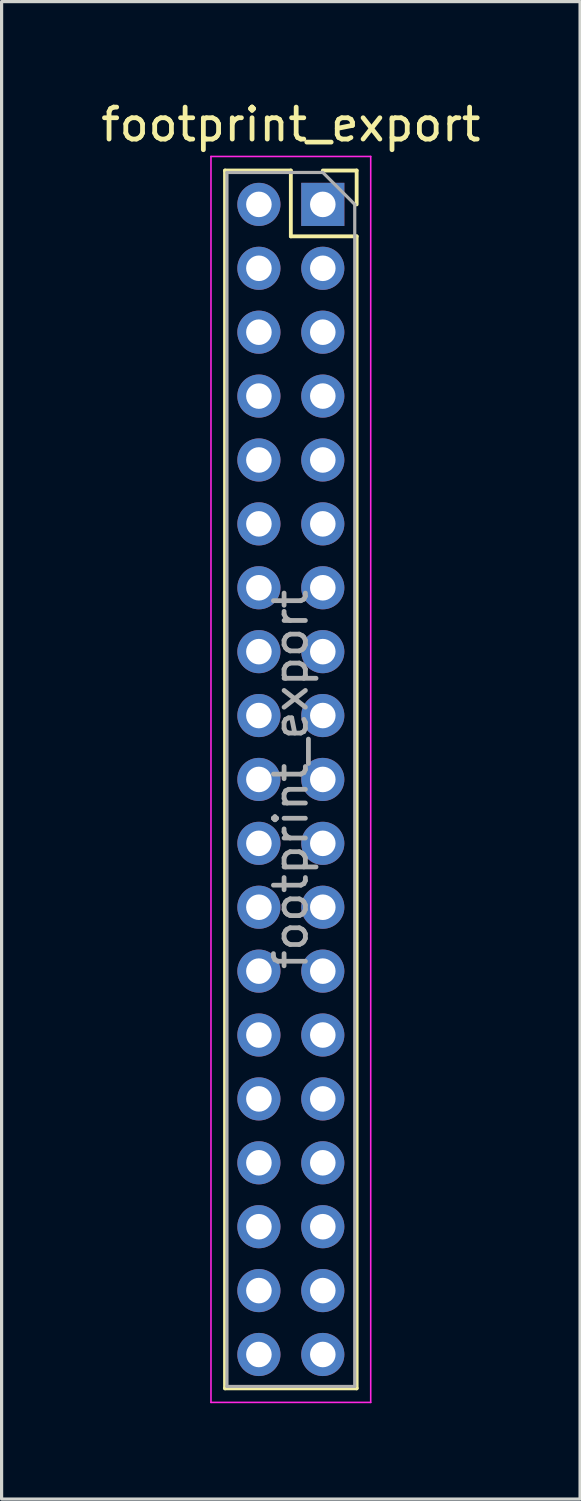
<source format=kicad_pcb>
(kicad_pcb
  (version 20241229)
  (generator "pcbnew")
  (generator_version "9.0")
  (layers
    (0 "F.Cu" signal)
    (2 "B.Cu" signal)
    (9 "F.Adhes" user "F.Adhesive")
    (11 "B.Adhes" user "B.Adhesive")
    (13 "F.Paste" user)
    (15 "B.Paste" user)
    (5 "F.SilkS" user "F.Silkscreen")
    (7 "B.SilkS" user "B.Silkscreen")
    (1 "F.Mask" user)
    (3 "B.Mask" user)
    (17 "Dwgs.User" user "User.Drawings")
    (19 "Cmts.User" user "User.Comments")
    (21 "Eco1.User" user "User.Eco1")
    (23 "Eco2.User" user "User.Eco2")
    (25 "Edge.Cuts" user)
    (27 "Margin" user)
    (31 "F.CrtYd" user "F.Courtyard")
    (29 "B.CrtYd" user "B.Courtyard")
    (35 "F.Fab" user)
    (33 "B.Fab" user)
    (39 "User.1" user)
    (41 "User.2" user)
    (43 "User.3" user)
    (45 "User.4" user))
  (footprint "footprint_export"
    (layer "F.Cu")
    (at 7.054 3.348)
    (property "Reference" "footprint_export" (at -1 -2.5 0) (layer "F.SilkS") (effects (font (size 1 1) (thickness 0.15))))
    (attr through_hole)
    (fp_line (start -3.06 -1.06) (end -3.06 37.06) (stroke (width 0.12) (type solid)) (layer "F.SilkS"))
    (fp_line (start -3.06 -1.06) (end -1 -1.06) (stroke (width 0.12) (type solid)) (layer "F.SilkS"))
    (fp_line (start -3.06 37.06) (end 1.06 37.06) (stroke (width 0.12) (type solid)) (layer "F.SilkS"))
    (fp_line (start -1 -1.06) (end -1 1) (stroke (width 0.12) (type solid)) (layer "F.SilkS"))
    (fp_line (start -1 1) (end 1.06 1) (stroke (width 0.12) (type solid)) (layer "F.SilkS"))
    (fp_line (start 0 -1.06) (end 1.06 -1.06) (stroke (width 0.12) (type solid)) (layer "F.SilkS"))
    (fp_line (start 1.06 -1.06) (end 1.06 0) (stroke (width 0.12) (type solid)) (layer "F.SilkS"))
    (fp_line (start 1.06 1) (end 1.06 37.06) (stroke (width 0.12) (type solid)) (layer "F.SilkS"))
    (fp_line (start -3.5 -1.5) (end 1.5 -1.5) (stroke (width 0.05) (type solid)) (layer "F.CrtYd"))
    (fp_line (start -3.5 37.5) (end -3.5 -1.5) (stroke (width 0.05) (type solid)) (layer "F.CrtYd"))
    (fp_line (start 1.5 -1.5) (end 1.5 37.5) (stroke (width 0.05) (type solid)) (layer "F.CrtYd"))
    (fp_line (start 1.5 37.5) (end -3.5 37.5) (stroke (width 0.05) (type solid)) (layer "F.CrtYd"))
    (fp_line (start -3 -1) (end 0 -1) (stroke (width 0.1) (type solid)) (layer "F.Fab"))
    (fp_line (start -3 37) (end -3 -1) (stroke (width 0.1) (type solid)) (layer "F.Fab"))
    (fp_line (start 0 -1) (end 1 0) (stroke (width 0.1) (type solid)) (layer "F.Fab"))
    (fp_line (start 1 0) (end 1 37) (stroke (width 0.1) (type solid)) (layer "F.Fab"))
    (fp_line (start 1 37) (end -3 37) (stroke (width 0.1) (type solid)) (layer "F.Fab"))
    (fp_text user "${REFERENCE}" (at -1 18 90) (layer "F.Fab") (effects (font (size 1 1) (thickness 0.15))))
    (pad "1" thru_hole rect (at 0 0) (size 1.35 1.35) (drill 0.8) (layers "*.Cu" "*.Mask"))
    (pad "2" thru_hole oval (at -2 0) (size 1.35 1.35) (drill 0.8) (layers "*.Cu" "*.Mask"))
    (pad "3" thru_hole oval (at 0 2) (size 1.35 1.35) (drill 0.8) (layers "*.Cu" "*.Mask"))
    (pad "4" thru_hole oval (at -2 2) (size 1.35 1.35) (drill 0.8) (layers "*.Cu" "*.Mask"))
    (pad "5" thru_hole oval (at 0 4) (size 1.35 1.35) (drill 0.8) (layers "*.Cu" "*.Mask"))
    (pad "6" thru_hole oval (at -2 4) (size 1.35 1.35) (drill 0.8) (layers "*.Cu" "*.Mask"))
    (pad "7" thru_hole oval (at 0 6) (size 1.35 1.35) (drill 0.8) (layers "*.Cu" "*.Mask"))
    (pad "8" thru_hole oval (at -2 6) (size 1.35 1.35) (drill 0.8) (layers "*.Cu" "*.Mask"))
    (pad "9" thru_hole oval (at 0 8) (size 1.35 1.35) (drill 0.8) (layers "*.Cu" "*.Mask"))
    (pad "10" thru_hole oval (at -2 8) (size 1.35 1.35) (drill 0.8) (layers "*.Cu" "*.Mask"))
    (pad "11" thru_hole oval (at 0 10) (size 1.35 1.35) (drill 0.8) (layers "*.Cu" "*.Mask"))
    (pad "12" thru_hole oval (at -2 10) (size 1.35 1.35) (drill 0.8) (layers "*.Cu" "*.Mask"))
    (pad "13" thru_hole oval (at 0 12) (size 1.35 1.35) (drill 0.8) (layers "*.Cu" "*.Mask"))
    (pad "14" thru_hole oval (at -2 12) (size 1.35 1.35) (drill 0.8) (layers "*.Cu" "*.Mask"))
    (pad "15" thru_hole oval (at 0 14) (size 1.35 1.35) (drill 0.8) (layers "*.Cu" "*.Mask"))
    (pad "16" thru_hole oval (at -2 14) (size 1.35 1.35) (drill 0.8) (layers "*.Cu" "*.Mask"))
    (pad "17" thru_hole oval (at 0 16) (size 1.35 1.35) (drill 0.8) (layers "*.Cu" "*.Mask"))
    (pad "18" thru_hole oval (at -2 16) (size 1.35 1.35) (drill 0.8) (layers "*.Cu" "*.Mask"))
    (pad "19" thru_hole oval (at 0 18) (size 1.35 1.35) (drill 0.8) (layers "*.Cu" "*.Mask"))
    (pad "20" thru_hole oval (at -2 18) (size 1.35 1.35) (drill 0.8) (layers "*.Cu" "*.Mask"))
    (pad "21" thru_hole oval (at 0 20) (size 1.35 1.35) (drill 0.8) (layers "*.Cu" "*.Mask"))
    (pad "22" thru_hole oval (at -2 20) (size 1.35 1.35) (drill 0.8) (layers "*.Cu" "*.Mask"))
    (pad "23" thru_hole oval (at 0 22) (size 1.35 1.35) (drill 0.8) (layers "*.Cu" "*.Mask"))
    (pad "24" thru_hole oval (at -2 22) (size 1.35 1.35) (drill 0.8) (layers "*.Cu" "*.Mask"))
    (pad "25" thru_hole oval (at 0 24) (size 1.35 1.35) (drill 0.8) (layers "*.Cu" "*.Mask"))
    (pad "26" thru_hole oval (at -2 24) (size 1.35 1.35) (drill 0.8) (layers "*.Cu" "*.Mask"))
    (pad "27" thru_hole oval (at 0 26) (size 1.35 1.35) (drill 0.8) (layers "*.Cu" "*.Mask"))
    (pad "28" thru_hole oval (at -2 26) (size 1.35 1.35) (drill 0.8) (layers "*.Cu" "*.Mask"))
    (pad "29" thru_hole oval (at 0 28) (size 1.35 1.35) (drill 0.8) (layers "*.Cu" "*.Mask"))
    (pad "30" thru_hole oval (at -2 28) (size 1.35 1.35) (drill 0.8) (layers "*.Cu" "*.Mask"))
    (pad "31" thru_hole oval (at 0 30) (size 1.35 1.35) (drill 0.8) (layers "*.Cu" "*.Mask"))
    (pad "32" thru_hole oval (at -2 30) (size 1.35 1.35) (drill 0.8) (layers "*.Cu" "*.Mask"))
    (pad "33" thru_hole oval (at 0 32) (size 1.35 1.35) (drill 0.8) (layers "*.Cu" "*.Mask"))
    (pad "34" thru_hole oval (at -2 32) (size 1.35 1.35) (drill 0.8) (layers "*.Cu" "*.Mask"))
    (pad "35" thru_hole oval (at 0 34) (size 1.35 1.35) (drill 0.8) (layers "*.Cu" "*.Mask"))
    (pad "36" thru_hole oval (at -2 34) (size 1.35 1.35) (drill 0.8) (layers "*.Cu" "*.Mask"))
    (pad "37" thru_hole oval (at 0 36) (size 1.35 1.35) (drill 0.8) (layers "*.Cu" "*.Mask"))
    (pad "38" thru_hole oval (at -2 36) (size 1.35 1.35) (drill 0.8) (layers "*.Cu" "*.Mask")))
  (gr_rect
    (start -3 -3)
    (end 15.107 43.873)
    (stroke (width 0.1) (type default))
    (fill no)
    (layer "Edge.Cuts")))
</source>
